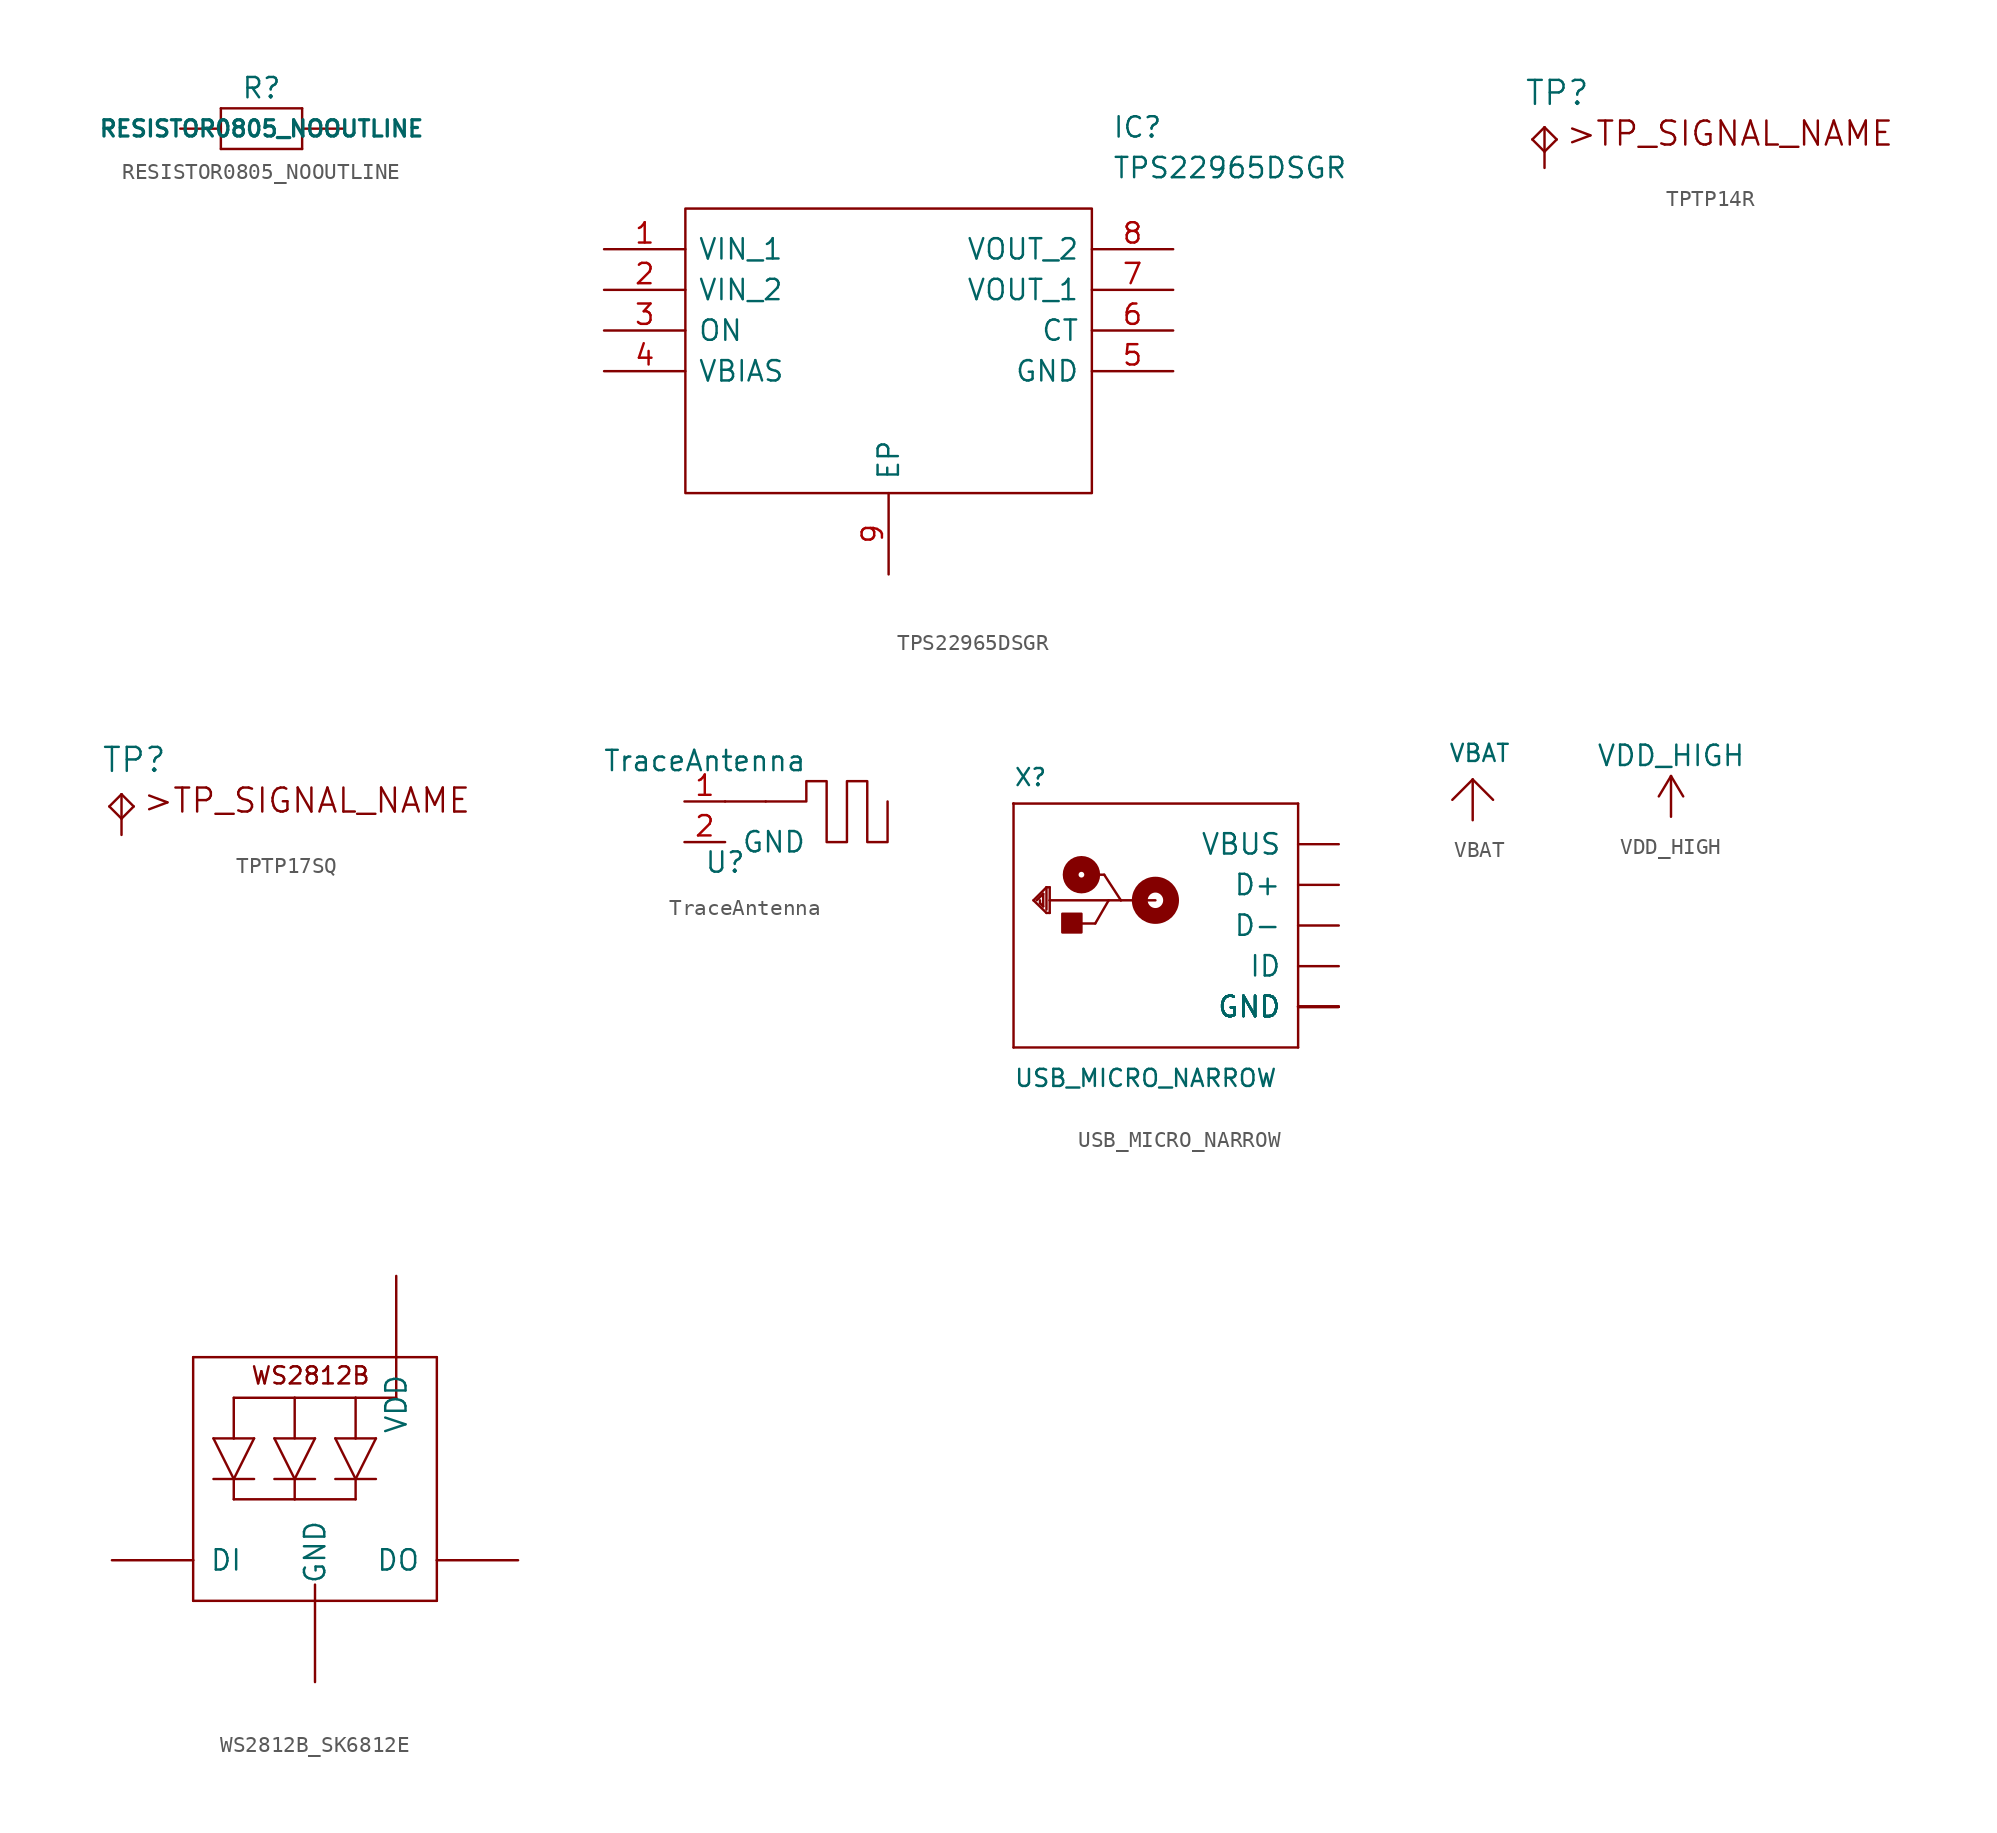
<source format=kicad_sym>
(kicad_symbol_lib
  (version 20211014)
  (generator kicad_symbol_editor)
  (symbol "RESISTOR0805_NOOUTLINE"
    (pin_names
      (offset 1.016))
    (property "Reference" "R"
      (at 0 2.54 0)
      (effects (font (size 1.27 1.27))))
    (property "Value" "RESISTOR0805_NOOUTLINE"
      (at 0 0 0)
      (effects (font (size 1.016 1.016) bold)))
    (property "ki_locked" ""
      (at 0 0 0)
      (effects (font (size 1.27 1.27))))
    (symbol "RESISTOR0805_NOOUTLINE_1_0"
      (polyline (pts (xy -2.54 -1.27) (xy -2.54 1.27)) (stroke (width 0) (type default) (color 0 0 0 0)) (fill (type none)))
      (polyline (pts (xy -2.54 1.27) (xy 2.54 1.27)) (stroke (width 0) (type default) (color 0 0 0 0)) (fill (type none)))
      (polyline (pts (xy 2.54 -1.27) (xy -2.54 -1.27)) (stroke (width 0) (type default) (color 0 0 0 0)) (fill (type none)))
      (polyline (pts (xy 2.54 1.27) (xy 2.54 -1.27)) (stroke (width 0) (type default) (color 0 0 0 0)) (fill (type none)))
      (pin passive line (at -5.08 0 0) (length 2.54) (name "1" (effects (font (size 0 0)))) (number "1" (effects (font (size 0 0)))))
      (pin passive line (at 5.08 0 180) (length 2.54) (name "2" (effects (font (size 0 0)))) (number "2" (effects (font (size 0 0)))))))
  (symbol "TPS22965DSGR"
    (pin_names
      (offset 0.762))
    (property "Reference" "IC"
      (at 31.75 7.62 0)
      (effects (font (size 1.27 1.27)) (justify left)))
    (property "Value" "TPS22965DSGR"
      (at 31.75 5.08 0)
      (effects (font (size 1.27 1.27)) (justify left)))
    (symbol "TPS22965DSGR_0_0"
      (pin passive line (at 0 0 0) (length 5.08) (name "VIN_1" (effects (font (size 1.27 1.27)))) (number "1" (effects (font (size 1.27 1.27)))))
      (pin passive line (at 0 -2.54 0) (length 5.08) (name "VIN_2" (effects (font (size 1.27 1.27)))) (number "2" (effects (font (size 1.27 1.27)))))
      (pin passive line (at 0 -5.08 0) (length 5.08) (name "ON" (effects (font (size 1.27 1.27)))) (number "3" (effects (font (size 1.27 1.27)))))
      (pin passive line (at 0 -7.62 0) (length 5.08) (name "VBIAS" (effects (font (size 1.27 1.27)))) (number "4" (effects (font (size 1.27 1.27)))))
      (pin passive line (at 35.56 -7.62 180) (length 5.08) (name "GND" (effects (font (size 1.27 1.27)))) (number "5" (effects (font (size 1.27 1.27)))))
      (pin passive line (at 35.56 -5.08 180) (length 5.08) (name "CT" (effects (font (size 1.27 1.27)))) (number "6" (effects (font (size 1.27 1.27)))))
      (pin passive line (at 35.56 -2.54 180) (length 5.08) (name "VOUT_1" (effects (font (size 1.27 1.27)))) (number "7" (effects (font (size 1.27 1.27)))))
      (pin passive line (at 35.56 0 180) (length 5.08) (name "VOUT_2" (effects (font (size 1.27 1.27)))) (number "8" (effects (font (size 1.27 1.27)))))
      (pin passive line (at 17.78 -20.32 90) (length 5.08) (name "EP" (effects (font (size 1.27 1.27)))) (number "9" (effects (font (size 1.27 1.27))))))
    (symbol "TPS22965DSGR_0_1"
      (polyline (pts (xy 5.08 2.54) (xy 30.48 2.54) (xy 30.48 -15.24) (xy 5.08 -15.24) (xy 5.08 2.54)) (stroke (width 0.152) (type default) (color 0 0 0 0)) (fill (type none)))))
  (symbol "TPTP14R"
    (pin_names
      (offset 1.016))
    (property "Reference" "TP"
      (at -1.27 1.27 0)
      (effects (font (size 1.499 1.499)) (justify left bottom)))
    (property "ki_locked" ""
      (at 0 0 0)
      (effects (font (size 1.27 1.27))))
    (symbol "TPTP14R_1_0"
      (polyline (pts (xy -0.762 -0.762) (xy 0 0)) (stroke (width 0) (type default) (color 0 0 0 0)) (fill (type none)))
      (polyline (pts (xy 0 -1.524) (xy -0.762 -0.762)) (stroke (width 0) (type default) (color 0 0 0 0)) (fill (type none)))
      (polyline (pts (xy 0 0) (xy 0.762 -0.762)) (stroke (width 0) (type default) (color 0 0 0 0)) (fill (type none)))
      (polyline (pts (xy 0.762 -0.762) (xy 0 -1.524)) (stroke (width 0) (type default) (color 0 0 0 0)) (fill (type none)))
      (text ">TP_SIGNAL_NAME" (at 1.27 -1.27 0) (effects (font (size 1.499 1.499)) (justify left bottom)))
      (pin input line (at 0 -2.54 90) (length 2.54) (name "TP" (effects (font (size 0 0)))) (number "TP" (effects (font (size 0 0)))))))
  (symbol "TPTP17SQ"
    (pin_names
      (offset 1.016))
    (property "Reference" "TP"
      (at -1.27 1.27 0)
      (effects (font (size 1.499 1.499)) (justify left bottom)))
    (property "ki_locked" ""
      (at 0 0 0)
      (effects (font (size 1.27 1.27))))
    (symbol "TPTP17SQ_1_0"
      (polyline (pts (xy -0.762 -0.762) (xy 0 0)) (stroke (width 0) (type default) (color 0 0 0 0)) (fill (type none)))
      (polyline (pts (xy 0 -1.524) (xy -0.762 -0.762)) (stroke (width 0) (type default) (color 0 0 0 0)) (fill (type none)))
      (polyline (pts (xy 0 0) (xy 0.762 -0.762)) (stroke (width 0) (type default) (color 0 0 0 0)) (fill (type none)))
      (polyline (pts (xy 0.762 -0.762) (xy 0 -1.524)) (stroke (width 0) (type default) (color 0 0 0 0)) (fill (type none)))
      (text ">TP_SIGNAL_NAME" (at 1.27 -1.27 0) (effects (font (size 1.499 1.499)) (justify left bottom)))
      (pin input line (at 0 -2.54 90) (length 2.54) (name "TP" (effects (font (size 0 0)))) (number "TP" (effects (font (size 0 0)))))))
  (symbol "TraceAntenna"
    (pin_names
      (offset 1.016))
    (property "Reference" "U"
      (at 2.54 -3.81 0)
      (effects (font (size 1.27 1.27))))
    (property "Value" "TraceAntenna"
      (at 1.27 2.54 0)
      (effects (font (size 1.27 1.27))))
    (symbol "TraceAntenna_0_1"
      (polyline (pts (xy 5.08 0) (xy 2.54 0)) (stroke (width 0) (type default) (color 0 0 0 0)) (fill (type none)))
      (polyline (pts (xy 5.08 0) (xy 7.62 0) (xy 7.62 1.27) (xy 8.89 1.27) (xy 8.89 -2.54) (xy 10.16 -2.54) (xy 10.16 1.27) (xy 11.43 1.27) (xy 11.43 -2.54) (xy 12.7 -2.54) (xy 12.7 0)) (stroke (width 0) (type default) (color 0 0 0 0)) (fill (type none))))
    (symbol "TraceAntenna_1_1"
      (pin input line (at 0 0 0) (length 2.54) (name "~" (effects (font (size 1.27 1.27)))) (number "1" (effects (font (size 1.27 1.27)))))
      (pin power_in line (at 0 -2.54 0) (length 2.54) (name "GND" (effects (font (size 1.27 1.27)))) (number "2" (effects (font (size 1.27 1.27)))))))
  (symbol "USB_MICRO_NARROW"
    (pin_names
      (offset 1.016))
    (property "Reference" "X"
      (at -10.16 8.636 0)
      (effects (font (size 1.067 1.067)) (justify left bottom)))
    (property "Value" "USB_MICRO_NARROW"
      (at -10.16 -10.16 0)
      (effects (font (size 1.067 1.067)) (justify left bottom)))
    (property "ki_locked" ""
      (at 0 0 0)
      (effects (font (size 1.27 1.27))))
    (symbol "USB_MICRO_NARROW_1_0"
      (rectangle (start -7.112 -0.432) (end -5.918 0.737) (stroke (width 0) (type default) (color 0 0 0 0)) (fill (type outline)))
      (circle (center -5.918 3.175) (radius 0.178) (stroke (width 0.991) (type default) (color 0 0 0 0)) (fill (type none)))
      (circle (center -1.295 1.575) (radius 0.483) (stroke (width 0.991) (type default) (color 0 0 0 0)) (fill (type none)))
      (polyline (pts (xy -10.185 7.62) (xy -10.16 7.62)) (stroke (width 0) (type default) (color 0 0 0 0)) (fill (type none)))
      (polyline (pts (xy -10.16 -7.62) (xy 7.62 -7.62)) (stroke (width 0) (type default) (color 0 0 0 0)) (fill (type none)))
      (polyline (pts (xy -10.16 7.62) (xy -10.16 -7.62)) (stroke (width 0) (type default) (color 0 0 0 0)) (fill (type none)))
      (polyline (pts (xy -10.16 7.62) (xy 7.62 7.62)) (stroke (width 0) (type default) (color 0 0 0 0)) (fill (type none)))
      (polyline (pts (xy -8.915 1.575) (xy -8.103 2.388)) (stroke (width 0) (type default) (color 0 0 0 0)) (fill (type none)))
      (polyline (pts (xy -8.509 1.397) (xy -8.306 1.194)) (stroke (width 0) (type default) (color 0 0 0 0)) (fill (type none)))
      (polyline (pts (xy -8.509 1.575) (xy -8.509 1.397)) (stroke (width 0) (type default) (color 0 0 0 0)) (fill (type none)))
      (polyline (pts (xy -8.306 1.194) (xy -8.306 1.981)) (stroke (width 0) (type default) (color 0 0 0 0)) (fill (type none)))
      (polyline (pts (xy -8.306 1.981) (xy -8.712 1.575)) (stroke (width 0) (type default) (color 0 0 0 0)) (fill (type none)))
      (polyline (pts (xy -8.103 0.787) (xy -8.915 1.575)) (stroke (width 0) (type default) (color 0 0 0 0)) (fill (type none)))
      (polyline (pts (xy -8.103 0.991) (xy -8.103 2.388)) (stroke (width 0) (type default) (color 0 0 0 0)) (fill (type none)))
      (polyline (pts (xy -8.103 2.388) (xy -7.899 2.388)) (stroke (width 0) (type default) (color 0 0 0 0)) (fill (type none)))
      (polyline (pts (xy -7.899 0.787) (xy -8.103 0.787)) (stroke (width 0) (type default) (color 0 0 0 0)) (fill (type none)))
      (polyline (pts (xy -7.899 1.575) (xy -7.899 0.787)) (stroke (width 0) (type default) (color 0 0 0 0)) (fill (type none)))
      (polyline (pts (xy -7.899 2.388) (xy -7.899 1.575)) (stroke (width 0) (type default) (color 0 0 0 0)) (fill (type none)))
      (polyline (pts (xy -6.248 0.127) (xy -5.055 0.127)) (stroke (width 0) (type default) (color 0 0 0 0)) (fill (type none)))
      (polyline (pts (xy -5.512 3.175) (xy -4.496 3.175)) (stroke (width 0) (type default) (color 0 0 0 0)) (fill (type none)))
      (polyline (pts (xy -5.055 0.127) (xy -4.216 1.575)) (stroke (width 0) (type default) (color 0 0 0 0)) (fill (type none)))
      (polyline (pts (xy -4.496 3.175) (xy -3.454 1.575)) (stroke (width 0) (type default) (color 0 0 0 0)) (fill (type none)))
      (polyline (pts (xy -4.216 1.575) (xy -7.899 1.575)) (stroke (width 0) (type default) (color 0 0 0 0)) (fill (type none)))
      (polyline (pts (xy -3.454 1.575) (xy -4.216 1.575)) (stroke (width 0) (type default) (color 0 0 0 0)) (fill (type none)))
      (polyline (pts (xy -1.295 1.575) (xy -3.454 1.575)) (stroke (width 0) (type default) (color 0 0 0 0)) (fill (type none)))
      (polyline (pts (xy 7.62 7.62) (xy 7.62 -7.62)) (stroke (width 0) (type default) (color 0 0 0 0)) (fill (type none)))
      (pin power_in line (at 10.16 -5.08 180) (length 2.54) (name "GND" (effects (font (size 1.27 1.27)))) (number "BASE@1" (effects (font (size 0 0)))))
      (pin power_in line (at 10.16 -5.08 180) (length 2.54) (name "GND" (effects (font (size 1.27 1.27)))) (number "BASE@2" (effects (font (size 0 0)))))
      (pin bidirectional line (at 10.16 2.54 180) (length 2.54) (name "D+" (effects (font (size 1.27 1.27)))) (number "D+" (effects (font (size 0 0)))))
      (pin bidirectional line (at 10.16 0 180) (length 2.54) (name "D-" (effects (font (size 1.27 1.27)))) (number "D-" (effects (font (size 0 0)))))
      (pin power_in line (at 10.16 -5.08 180) (length 2.54) (name "GND" (effects (font (size 1.27 1.27)))) (number "GND" (effects (font (size 0 0)))))
      (pin bidirectional line (at 10.16 -2.54 180) (length 2.54) (name "ID" (effects (font (size 1.27 1.27)))) (number "ID" (effects (font (size 0 0)))))
      (pin power_in line (at 10.16 -5.08 180) (length 2.54) (name "GND" (effects (font (size 1.27 1.27)))) (number "SPRT@1" (effects (font (size 0 0)))))
      (pin power_in line (at 10.16 -5.08 180) (length 2.54) (name "GND" (effects (font (size 1.27 1.27)))) (number "SPRT@2" (effects (font (size 0 0)))))
      (pin power_in line (at 10.16 -5.08 180) (length 2.54) (name "GND" (effects (font (size 1.27 1.27)))) (number "SPRT@3" (effects (font (size 0 0)))))
      (pin power_in line (at 10.16 -5.08 180) (length 2.54) (name "GND" (effects (font (size 1.27 1.27)))) (number "SPRT@4" (effects (font (size 0 0)))))
      (pin power_in line (at 10.16 5.08 180) (length 2.54) (name "VBUS" (effects (font (size 1.27 1.27)))) (number "VBUS" (effects (font (size 0 0)))))))
  (symbol "VBAT"
    (power)
    (pin_names
      (offset 1.016))
    (property "Reference" ""
      (at 0 0 0)
      (effects (font (size 1.27 1.27)) hide))
    (property "Value" "VBAT"
      (at -1.524 1.016 0)
      (effects (font (size 1.067 1.067)) (justify left bottom)))
    (property "ki_locked" ""
      (at 0 0 0)
      (effects (font (size 1.27 1.27))))
    (symbol "VBAT_1_0"
      (polyline (pts (xy -1.27 -1.27) (xy 0 0)) (stroke (width 0) (type default) (color 0 0 0 0)) (fill (type none)))
      (polyline (pts (xy 0 0) (xy 1.27 -1.27)) (stroke (width 0) (type default) (color 0 0 0 0)) (fill (type none)))
      (pin power_in line (at 0 -2.54 90) (length 2.54) (name "VBAT" (effects (font (size 0 0)))) (number "1" (effects (font (size 0 0)))))))
  (symbol "VDD_HIGH"
    (power)
    (pin_names
      (offset 0))
    (property "Reference" "#PWR"
      (at 0 -3.81 0)
      (effects (font (size 1.27 1.27)) hide))
    (property "Value" "VDD_HIGH"
      (at 0 3.81 0)
      (effects (font (size 1.27 1.27))))
    (symbol "VDD_HIGH_0_1"
      (polyline (pts (xy -0.762 1.27) (xy 0 2.54)) (stroke (width 0) (type default) (color 0 0 0 0)) (fill (type none)))
      (polyline (pts (xy 0 0) (xy 0 2.54)) (stroke (width 0) (type default) (color 0 0 0 0)) (fill (type none)))
      (polyline (pts (xy 0 2.54) (xy 0.762 1.27)) (stroke (width 0) (type default) (color 0 0 0 0)) (fill (type none))))
    (symbol "VDD_HIGH_1_1"
      (pin power_in line (at 0 0 90) (length 0) hide (name "VDD_HIGH" (effects (font (size 1.27 1.27)))) (number "1" (effects (font (size 1.27 1.27)))))))
  (symbol "WS2812B_SK6812E"
    (pin_names
      (offset 1.016))
    (property "Reference" "LED"
      (at 0 0 0)
      (effects (font (size 1.27 1.27)) hide))
    (property "ki_locked" ""
      (at 0 0 0)
      (effects (font (size 1.27 1.27))))
    (symbol "WS2812B_SK6812E_1_0"
      (polyline (pts (xy -7.62 -5.08) (xy 0 -5.08)) (stroke (width 0) (type default) (color 0 0 0 0)) (fill (type none)))
      (polyline (pts (xy -7.62 -2.54) (xy -7.62 -5.08)) (stroke (width 0) (type default) (color 0 0 0 0)) (fill (type none)))
      (polyline (pts (xy -7.62 10.16) (xy -7.62 -2.54)) (stroke (width 0) (type default) (color 0 0 0 0)) (fill (type none)))
      (polyline (pts (xy -6.35 2.54) (xy -5.08 2.54)) (stroke (width 0) (type default) (color 0 0 0 0)) (fill (type none)))
      (polyline (pts (xy -6.35 5.08) (xy -5.08 5.08)) (stroke (width 0) (type default) (color 0 0 0 0)) (fill (type none)))
      (polyline (pts (xy -5.08 2.54) (xy -6.35 5.08)) (stroke (width 0) (type default) (color 0 0 0 0)) (fill (type none)))
      (polyline (pts (xy -5.08 2.54) (xy -5.08 1.27)) (stroke (width 0) (type default) (color 0 0 0 0)) (fill (type none)))
      (polyline (pts (xy -5.08 2.54) (xy -3.81 5.08)) (stroke (width 0) (type default) (color 0 0 0 0)) (fill (type none)))
      (polyline (pts (xy -5.08 5.08) (xy -3.81 5.08)) (stroke (width 0) (type default) (color 0 0 0 0)) (fill (type none)))
      (polyline (pts (xy -5.08 7.62) (xy -5.08 5.08)) (stroke (width 0) (type default) (color 0 0 0 0)) (fill (type none)))
      (polyline (pts (xy -3.81 2.54) (xy -5.08 2.54)) (stroke (width 0) (type default) (color 0 0 0 0)) (fill (type none)))
      (polyline (pts (xy -2.54 2.54) (xy -1.27 2.54)) (stroke (width 0) (type default) (color 0 0 0 0)) (fill (type none)))
      (polyline (pts (xy -2.54 5.08) (xy 0 5.08)) (stroke (width 0) (type default) (color 0 0 0 0)) (fill (type none)))
      (polyline (pts (xy -1.27 1.27) (xy -5.08 1.27)) (stroke (width 0) (type default) (color 0 0 0 0)) (fill (type none)))
      (polyline (pts (xy -1.27 2.54) (xy -2.54 5.08)) (stroke (width 0) (type default) (color 0 0 0 0)) (fill (type none)))
      (polyline (pts (xy -1.27 2.54) (xy -1.27 1.27)) (stroke (width 0) (type default) (color 0 0 0 0)) (fill (type none)))
      (polyline (pts (xy -1.27 2.54) (xy 0 2.54)) (stroke (width 0) (type default) (color 0 0 0 0)) (fill (type none)))
      (polyline (pts (xy -1.27 5.08) (xy -1.27 7.62)) (stroke (width 0) (type default) (color 0 0 0 0)) (fill (type none)))
      (polyline (pts (xy -1.27 7.62) (xy -5.08 7.62)) (stroke (width 0) (type default) (color 0 0 0 0)) (fill (type none)))
      (polyline (pts (xy 0 -5.08) (xy 7.62 -5.08)) (stroke (width 0) (type default) (color 0 0 0 0)) (fill (type none)))
      (polyline (pts (xy 0 -4.064) (xy 0 -5.08)) (stroke (width 0) (type default) (color 0 0 0 0)) (fill (type none)))
      (polyline (pts (xy 0 5.08) (xy -1.27 2.54)) (stroke (width 0) (type default) (color 0 0 0 0)) (fill (type none)))
      (polyline (pts (xy 1.27 5.08) (xy 2.54 2.54)) (stroke (width 0) (type default) (color 0 0 0 0)) (fill (type none)))
      (polyline (pts (xy 1.27 5.08) (xy 2.54 5.08)) (stroke (width 0) (type default) (color 0 0 0 0)) (fill (type none)))
      (polyline (pts (xy 2.54 1.27) (xy -1.27 1.27)) (stroke (width 0) (type default) (color 0 0 0 0)) (fill (type none)))
      (polyline (pts (xy 2.54 2.54) (xy 1.27 2.54)) (stroke (width 0) (type default) (color 0 0 0 0)) (fill (type none)))
      (polyline (pts (xy 2.54 2.54) (xy 2.54 1.27)) (stroke (width 0) (type default) (color 0 0 0 0)) (fill (type none)))
      (polyline (pts (xy 2.54 2.54) (xy 3.81 2.54)) (stroke (width 0) (type default) (color 0 0 0 0)) (fill (type none)))
      (polyline (pts (xy 2.54 2.54) (xy 3.81 5.08)) (stroke (width 0) (type default) (color 0 0 0 0)) (fill (type none)))
      (polyline (pts (xy 2.54 5.08) (xy 2.54 7.62)) (stroke (width 0) (type default) (color 0 0 0 0)) (fill (type none)))
      (polyline (pts (xy 2.54 7.62) (xy -1.27 7.62)) (stroke (width 0) (type default) (color 0 0 0 0)) (fill (type none)))
      (polyline (pts (xy 2.54 7.62) (xy 5.08 7.62)) (stroke (width 0) (type default) (color 0 0 0 0)) (fill (type none)))
      (polyline (pts (xy 3.81 5.08) (xy 2.54 5.08)) (stroke (width 0) (type default) (color 0 0 0 0)) (fill (type none)))
      (polyline (pts (xy 5.08 10.16) (xy -7.62 10.16)) (stroke (width 0) (type default) (color 0 0 0 0)) (fill (type none)))
      (polyline (pts (xy 5.08 10.16) (xy 5.08 7.62)) (stroke (width 0) (type default) (color 0 0 0 0)) (fill (type none)))
      (polyline (pts (xy 7.62 -5.08) (xy 7.62 -2.54)) (stroke (width 0) (type default) (color 0 0 0 0)) (fill (type none)))
      (polyline (pts (xy 7.62 -2.54) (xy 7.62 10.16)) (stroke (width 0) (type default) (color 0 0 0 0)) (fill (type none)))
      (polyline (pts (xy 7.62 10.16) (xy 5.08 10.16)) (stroke (width 0) (type default) (color 0 0 0 0)) (fill (type none)))
      (text "WS2812B" (at -4.064 8.382 0) (effects (font (size 1.067 1.067)) (justify left bottom)))
      (pin power_in line (at 5.08 15.24 270) (length 5.08) (name "VDD" (effects (font (size 1.27 1.27)))) (number "1-VDD" (effects (font (size 0 0)))))
      (pin output line (at 12.7 -2.54 180) (length 5.08) (name "DO" (effects (font (size 1.27 1.27)))) (number "2-DOUT" (effects (font (size 0 0)))))
      (pin power_in line (at 0 -10.16 90) (length 5.08) (name "GND" (effects (font (size 1.27 1.27)))) (number "3-GND" (effects (font (size 0 0)))))
      (pin input line (at -12.7 -2.54 0) (length 5.08) (name "DI" (effects (font (size 1.27 1.27)))) (number "4-DIN" (effects (font (size 0 0))))))))
</source>
